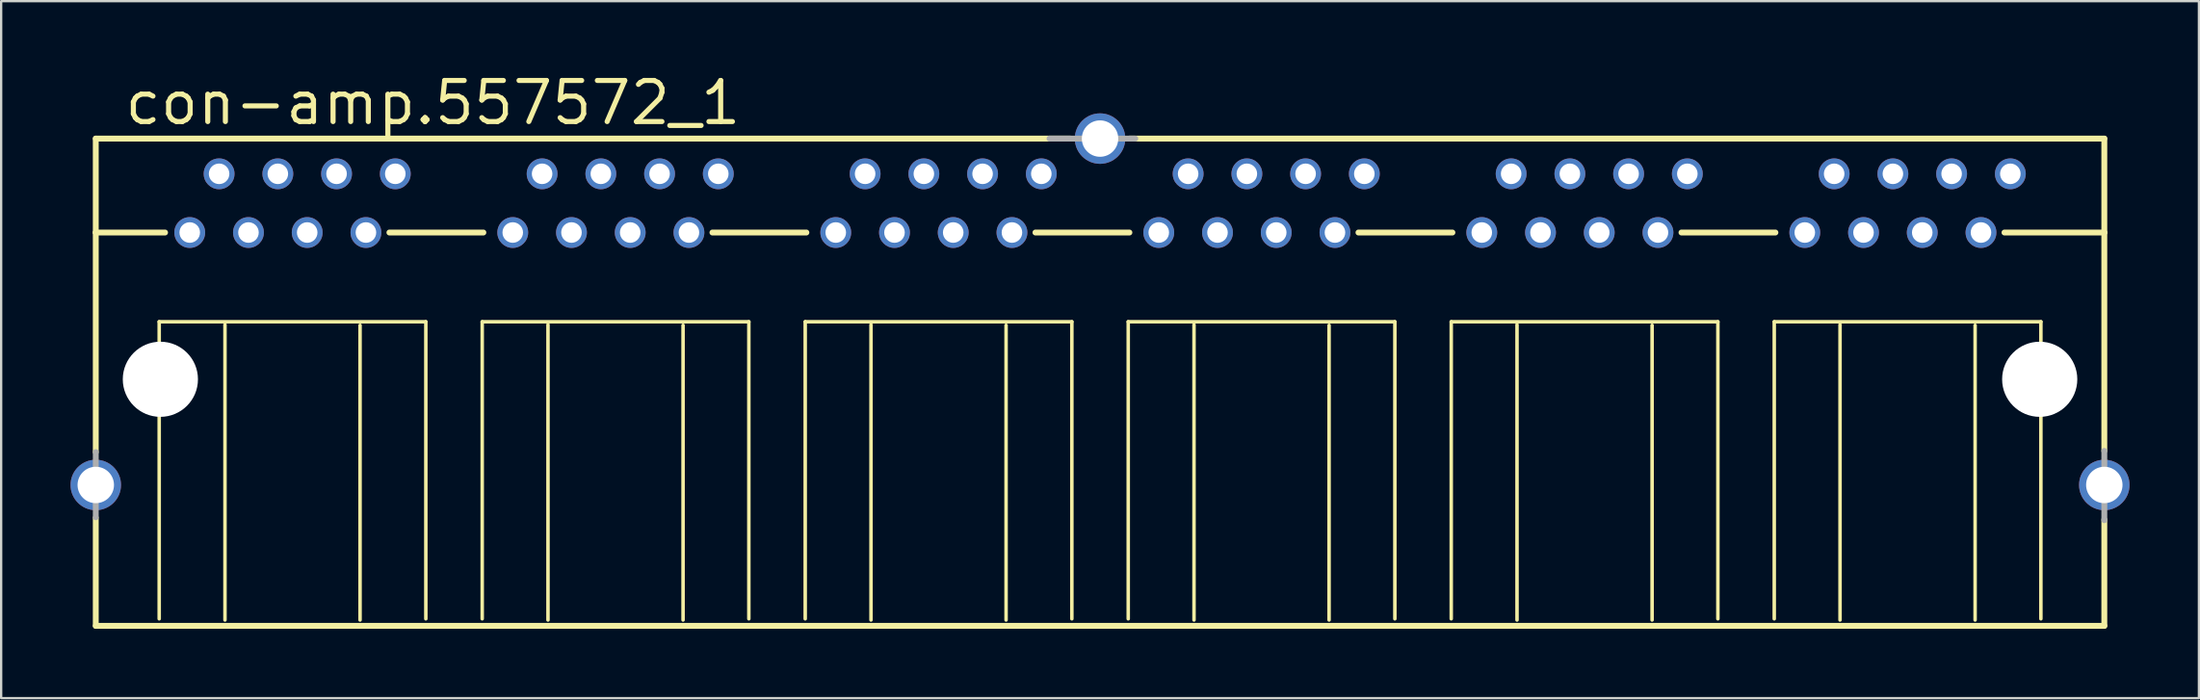
<source format=kicad_pcb>
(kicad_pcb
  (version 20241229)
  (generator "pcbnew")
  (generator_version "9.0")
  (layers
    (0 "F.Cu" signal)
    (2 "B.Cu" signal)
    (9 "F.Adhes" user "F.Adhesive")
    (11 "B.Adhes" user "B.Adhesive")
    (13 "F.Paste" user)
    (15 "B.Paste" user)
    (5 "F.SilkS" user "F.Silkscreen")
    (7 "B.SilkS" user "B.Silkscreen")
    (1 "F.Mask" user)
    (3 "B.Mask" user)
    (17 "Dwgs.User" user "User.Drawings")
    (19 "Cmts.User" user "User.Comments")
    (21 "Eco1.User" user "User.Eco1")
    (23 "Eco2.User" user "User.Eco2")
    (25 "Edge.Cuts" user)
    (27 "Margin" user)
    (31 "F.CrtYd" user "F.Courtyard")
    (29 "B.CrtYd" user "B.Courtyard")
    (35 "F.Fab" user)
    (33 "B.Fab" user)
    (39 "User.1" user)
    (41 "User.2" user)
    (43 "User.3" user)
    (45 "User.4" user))
  (footprint "con-amp.557572_1"
    (layer "F.Cu")
    (at 44.526 13.36)
    (property "Reference" "con-amp.557572_1" (at -42.291 -10.922 0) (layer "F.SilkS") (effects (font (size 1.778 1.778) (thickness 0.22)) (justify left bottom)))
    (attr through_hole)
    (fp_line (start -43.434 -10.414) (end -43.434 -6.35) (stroke (width 0.254) (type default)) (layer "F.SilkS"))
    (fp_line (start -43.434 -6.35) (end -43.434 3.15) (stroke (width 0.254) (type default)) (layer "F.SilkS"))
    (fp_line (start -43.434 5.994) (end -43.434 10.668) (stroke (width 0.254) (type default)) (layer "F.SilkS"))
    (fp_line (start -43.434 10.668) (end 43.434 10.668) (stroke (width 0.254) (type default)) (layer "F.SilkS"))
    (fp_line (start -40.691 -2.489) (end -40.691 10.363) (stroke (width 0.152) (type default)) (layer "F.SilkS"))
    (fp_line (start -40.437 -6.35) (end -43.434 -6.35) (stroke (width 0.254) (type default)) (layer "F.SilkS"))
    (fp_line (start -37.846 10.414) (end -37.846 -2.362) (stroke (width 0.152) (type default)) (layer "F.SilkS"))
    (fp_line (start -32.004 -2.337) (end -32.004 10.414) (stroke (width 0.152) (type default)) (layer "F.SilkS"))
    (fp_line (start -30.734 -6.35) (end -26.67 -6.35) (stroke (width 0.254) (type default)) (layer "F.SilkS"))
    (fp_line (start -29.159 -2.489) (end -40.691 -2.489) (stroke (width 0.152) (type default)) (layer "F.SilkS"))
    (fp_line (start -29.159 10.363) (end -29.159 -2.489) (stroke (width 0.152) (type default)) (layer "F.SilkS"))
    (fp_line (start -26.721 -2.489) (end -26.721 10.363) (stroke (width 0.152) (type default)) (layer "F.SilkS"))
    (fp_line (start -23.876 10.414) (end -23.876 -2.362) (stroke (width 0.152) (type default)) (layer "F.SilkS"))
    (fp_line (start -18.034 -2.337) (end -18.034 10.414) (stroke (width 0.152) (type default)) (layer "F.SilkS"))
    (fp_line (start -16.764 -6.35) (end -12.7 -6.35) (stroke (width 0.254) (type default)) (layer "F.SilkS"))
    (fp_line (start -15.189 -2.489) (end -26.721 -2.489) (stroke (width 0.152) (type default)) (layer "F.SilkS"))
    (fp_line (start -15.189 10.363) (end -15.189 -2.489) (stroke (width 0.152) (type default)) (layer "F.SilkS"))
    (fp_line (start -12.751 -2.489) (end -12.751 10.363) (stroke (width 0.152) (type default)) (layer "F.SilkS"))
    (fp_line (start -9.906 10.414) (end -9.906 -2.362) (stroke (width 0.152) (type default)) (layer "F.SilkS"))
    (fp_line (start -4.064 -2.337) (end -4.064 10.414) (stroke (width 0.152) (type default)) (layer "F.SilkS"))
    (fp_line (start -2.794 -6.35) (end 1.27 -6.35) (stroke (width 0.254) (type default)) (layer "F.SilkS"))
    (fp_line (start -1.27 -10.414) (end -43.434 -10.414) (stroke (width 0.254) (type default)) (layer "F.SilkS"))
    (fp_line (start -1.219 -2.489) (end -12.751 -2.489) (stroke (width 0.152) (type default)) (layer "F.SilkS"))
    (fp_line (start -1.219 10.363) (end -1.219 -2.489) (stroke (width 0.152) (type default)) (layer "F.SilkS"))
    (fp_line (start 1.219 -2.489) (end 1.219 10.363) (stroke (width 0.152) (type default)) (layer "F.SilkS"))
    (fp_line (start 4.064 10.414) (end 4.064 -2.362) (stroke (width 0.152) (type default)) (layer "F.SilkS"))
    (fp_line (start 9.906 -2.337) (end 9.906 10.414) (stroke (width 0.152) (type default)) (layer "F.SilkS"))
    (fp_line (start 11.176 -6.35) (end 15.24 -6.35) (stroke (width 0.254) (type default)) (layer "F.SilkS"))
    (fp_line (start 12.751 -2.489) (end 1.219 -2.489) (stroke (width 0.152) (type default)) (layer "F.SilkS"))
    (fp_line (start 12.751 10.363) (end 12.751 -2.489) (stroke (width 0.152) (type default)) (layer "F.SilkS"))
    (fp_line (start 15.189 -2.489) (end 15.189 10.363) (stroke (width 0.152) (type default)) (layer "F.SilkS"))
    (fp_line (start 18.034 10.414) (end 18.034 -2.362) (stroke (width 0.152) (type default)) (layer "F.SilkS"))
    (fp_line (start 23.876 -2.337) (end 23.876 10.414) (stroke (width 0.152) (type default)) (layer "F.SilkS"))
    (fp_line (start 25.146 -6.35) (end 29.21 -6.35) (stroke (width 0.254) (type default)) (layer "F.SilkS"))
    (fp_line (start 26.721 -2.489) (end 15.189 -2.489) (stroke (width 0.152) (type default)) (layer "F.SilkS"))
    (fp_line (start 26.721 10.363) (end 26.721 -2.489) (stroke (width 0.152) (type default)) (layer "F.SilkS"))
    (fp_line (start 29.159 -2.489) (end 29.159 10.363) (stroke (width 0.152) (type default)) (layer "F.SilkS"))
    (fp_line (start 32.004 10.414) (end 32.004 -2.362) (stroke (width 0.152) (type default)) (layer "F.SilkS"))
    (fp_line (start 37.846 -2.337) (end 37.846 10.414) (stroke (width 0.152) (type default)) (layer "F.SilkS"))
    (fp_line (start 39.116 -6.35) (end 43.434 -6.35) (stroke (width 0.254) (type default)) (layer "F.SilkS"))
    (fp_line (start 40.691 -2.489) (end 29.159 -2.489) (stroke (width 0.152) (type default)) (layer "F.SilkS"))
    (fp_line (start 40.691 10.363) (end 40.691 -2.489) (stroke (width 0.152) (type default)) (layer "F.SilkS"))
    (fp_line (start 43.434 -10.414) (end 1.27 -10.414) (stroke (width 0.254) (type default)) (layer "F.SilkS"))
    (fp_line (start 43.434 -6.35) (end 43.434 -10.414) (stroke (width 0.254) (type default)) (layer "F.SilkS"))
    (fp_line (start 43.434 3.099) (end 43.434 -6.35) (stroke (width 0.254) (type default)) (layer "F.SilkS"))
    (fp_line (start 43.434 10.668) (end 43.434 6.071) (stroke (width 0.254) (type default)) (layer "F.SilkS"))
    (fp_line (start -43.434 3.15) (end -43.434 5.969) (stroke (width 0.254) (type default)) (layer "F.Fab"))
    (fp_line (start 1.524 -10.414) (end -2.184 -10.414) (stroke (width 0.254) (type default)) (layer "F.Fab"))
    (fp_line (start 43.434 6.096) (end 43.434 3.099) (stroke (width 0.254) (type default)) (layer "F.Fab"))
    (pad "" np_thru_hole circle (at -40.64 0) (size 3.251 3.251) (drill 3.251) (layers "*.Cu" "*.Mask"))
    (pad "" np_thru_hole circle (at 40.64 0) (size 3.251 3.251) (drill 3.251) (layers "*.Cu" "*.Mask"))
    (pad "1-1" thru_hole circle (at -39.37 -6.35) (size 1.333 1.333) (drill 0.889) (layers "*.Cu" "*.Mask"))
    (pad "1-2" thru_hole circle (at -38.1 -8.89) (size 1.333 1.333) (drill 0.889) (layers "*.Cu" "*.Mask"))
    (pad "1-3" thru_hole circle (at -36.83 -6.35) (size 1.333 1.333) (drill 0.889) (layers "*.Cu" "*.Mask"))
    (pad "1-4" thru_hole circle (at -35.56 -8.89) (size 1.333 1.333) (drill 0.889) (layers "*.Cu" "*.Mask"))
    (pad "1-5" thru_hole circle (at -34.29 -6.35) (size 1.333 1.333) (drill 0.889) (layers "*.Cu" "*.Mask"))
    (pad "1-6" thru_hole circle (at -33.02 -8.89) (size 1.333 1.333) (drill 0.889) (layers "*.Cu" "*.Mask"))
    (pad "1-7" thru_hole circle (at -31.75 -6.35) (size 1.333 1.333) (drill 0.889) (layers "*.Cu" "*.Mask"))
    (pad "1-8" thru_hole circle (at -30.48 -8.89) (size 1.333 1.333) (drill 0.889) (layers "*.Cu" "*.Mask"))
    (pad "2-1" thru_hole circle (at -25.4 -6.35) (size 1.333 1.333) (drill 0.889) (layers "*.Cu" "*.Mask"))
    (pad "2-2" thru_hole circle (at -24.13 -8.89) (size 1.333 1.333) (drill 0.889) (layers "*.Cu" "*.Mask"))
    (pad "2-3" thru_hole circle (at -22.86 -6.35) (size 1.333 1.333) (drill 0.889) (layers "*.Cu" "*.Mask"))
    (pad "2-4" thru_hole circle (at -21.59 -8.89) (size 1.333 1.333) (drill 0.889) (layers "*.Cu" "*.Mask"))
    (pad "2-5" thru_hole circle (at -20.32 -6.35) (size 1.333 1.333) (drill 0.889) (layers "*.Cu" "*.Mask"))
    (pad "2-6" thru_hole circle (at -19.05 -8.89) (size 1.333 1.333) (drill 0.889) (layers "*.Cu" "*.Mask"))
    (pad "2-7" thru_hole circle (at -17.78 -6.35) (size 1.333 1.333) (drill 0.889) (layers "*.Cu" "*.Mask"))
    (pad "2-8" thru_hole circle (at -16.51 -8.89) (size 1.333 1.333) (drill 0.889) (layers "*.Cu" "*.Mask"))
    (pad "3-1" thru_hole circle (at -11.43 -6.35) (size 1.333 1.333) (drill 0.889) (layers "*.Cu" "*.Mask"))
    (pad "3-2" thru_hole circle (at -10.16 -8.89) (size 1.333 1.333) (drill 0.889) (layers "*.Cu" "*.Mask"))
    (pad "3-3" thru_hole circle (at -8.89 -6.35) (size 1.333 1.333) (drill 0.889) (layers "*.Cu" "*.Mask"))
    (pad "3-4" thru_hole circle (at -7.62 -8.89) (size 1.333 1.333) (drill 0.889) (layers "*.Cu" "*.Mask"))
    (pad "3-5" thru_hole circle (at -6.35 -6.35) (size 1.333 1.333) (drill 0.889) (layers "*.Cu" "*.Mask"))
    (pad "3-6" thru_hole circle (at -5.08 -8.89) (size 1.333 1.333) (drill 0.889) (layers "*.Cu" "*.Mask"))
    (pad "3-7" thru_hole circle (at -3.81 -6.35) (size 1.333 1.333) (drill 0.889) (layers "*.Cu" "*.Mask"))
    (pad "3-8" thru_hole circle (at -2.54 -8.89) (size 1.333 1.333) (drill 0.889) (layers "*.Cu" "*.Mask"))
    (pad "4-1" thru_hole circle (at 2.54 -6.35) (size 1.333 1.333) (drill 0.889) (layers "*.Cu" "*.Mask"))
    (pad "4-2" thru_hole circle (at 3.81 -8.89) (size 1.333 1.333) (drill 0.889) (layers "*.Cu" "*.Mask"))
    (pad "4-3" thru_hole circle (at 5.08 -6.35) (size 1.333 1.333) (drill 0.889) (layers "*.Cu" "*.Mask"))
    (pad "4-4" thru_hole circle (at 6.35 -8.89) (size 1.333 1.333) (drill 0.889) (layers "*.Cu" "*.Mask"))
    (pad "4-5" thru_hole circle (at 7.62 -6.35) (size 1.333 1.333) (drill 0.889) (layers "*.Cu" "*.Mask"))
    (pad "4-6" thru_hole circle (at 8.89 -8.89) (size 1.333 1.333) (drill 0.889) (layers "*.Cu" "*.Mask"))
    (pad "4-7" thru_hole circle (at 10.16 -6.35) (size 1.333 1.333) (drill 0.889) (layers "*.Cu" "*.Mask"))
    (pad "4-8" thru_hole circle (at 11.43 -8.89) (size 1.333 1.333) (drill 0.889) (layers "*.Cu" "*.Mask"))
    (pad "5-1" thru_hole circle (at 16.51 -6.35) (size 1.333 1.333) (drill 0.889) (layers "*.Cu" "*.Mask"))
    (pad "5-2" thru_hole circle (at 17.78 -8.89) (size 1.333 1.333) (drill 0.889) (layers "*.Cu" "*.Mask"))
    (pad "5-3" thru_hole circle (at 19.05 -6.35) (size 1.333 1.333) (drill 0.889) (layers "*.Cu" "*.Mask"))
    (pad "5-4" thru_hole circle (at 20.32 -8.89) (size 1.333 1.333) (drill 0.889) (layers "*.Cu" "*.Mask"))
    (pad "5-5" thru_hole circle (at 21.59 -6.35) (size 1.333 1.333) (drill 0.889) (layers "*.Cu" "*.Mask"))
    (pad "5-6" thru_hole circle (at 22.86 -8.89) (size 1.333 1.333) (drill 0.889) (layers "*.Cu" "*.Mask"))
    (pad "5-7" thru_hole circle (at 24.13 -6.35) (size 1.333 1.333) (drill 0.889) (layers "*.Cu" "*.Mask"))
    (pad "5-8" thru_hole circle (at 25.4 -8.89) (size 1.333 1.333) (drill 0.889) (layers "*.Cu" "*.Mask"))
    (pad "6-1" thru_hole circle (at 30.48 -6.35) (size 1.333 1.333) (drill 0.889) (layers "*.Cu" "*.Mask"))
    (pad "6-2" thru_hole circle (at 31.75 -8.89) (size 1.333 1.333) (drill 0.889) (layers "*.Cu" "*.Mask"))
    (pad "6-3" thru_hole circle (at 33.02 -6.35) (size 1.333 1.333) (drill 0.889) (layers "*.Cu" "*.Mask"))
    (pad "6-4" thru_hole circle (at 34.29 -8.89) (size 1.333 1.333) (drill 0.889) (layers "*.Cu" "*.Mask"))
    (pad "6-5" thru_hole circle (at 35.56 -6.35) (size 1.333 1.333) (drill 0.889) (layers "*.Cu" "*.Mask"))
    (pad "6-6" thru_hole circle (at 36.83 -8.89) (size 1.333 1.333) (drill 0.889) (layers "*.Cu" "*.Mask"))
    (pad "6-7" thru_hole circle (at 38.1 -6.35) (size 1.333 1.333) (drill 0.889) (layers "*.Cu" "*.Mask"))
    (pad "6-8" thru_hole circle (at 39.37 -8.89) (size 1.333 1.333) (drill 0.889) (layers "*.Cu" "*.Mask"))
    (pad "G1" thru_hole circle (at -43.434 4.572) (size 2.184 2.184) (drill 1.575) (layers "*.Cu" "*.Mask"))
    (pad "G2" thru_hole circle (at 0 -10.414) (size 2.184 2.184) (drill 1.575) (layers "*.Cu" "*.Mask"))
    (pad "G3" thru_hole circle (at 43.434 4.572) (size 2.184 2.184) (drill 1.575) (layers "*.Cu" "*.Mask")))
  (gr_rect
    (start -3 -3)
    (end 92.052 27.155)
    (stroke (width 0.1) (type default))
    (fill no)
    (layer "Edge.Cuts")))
</source>
